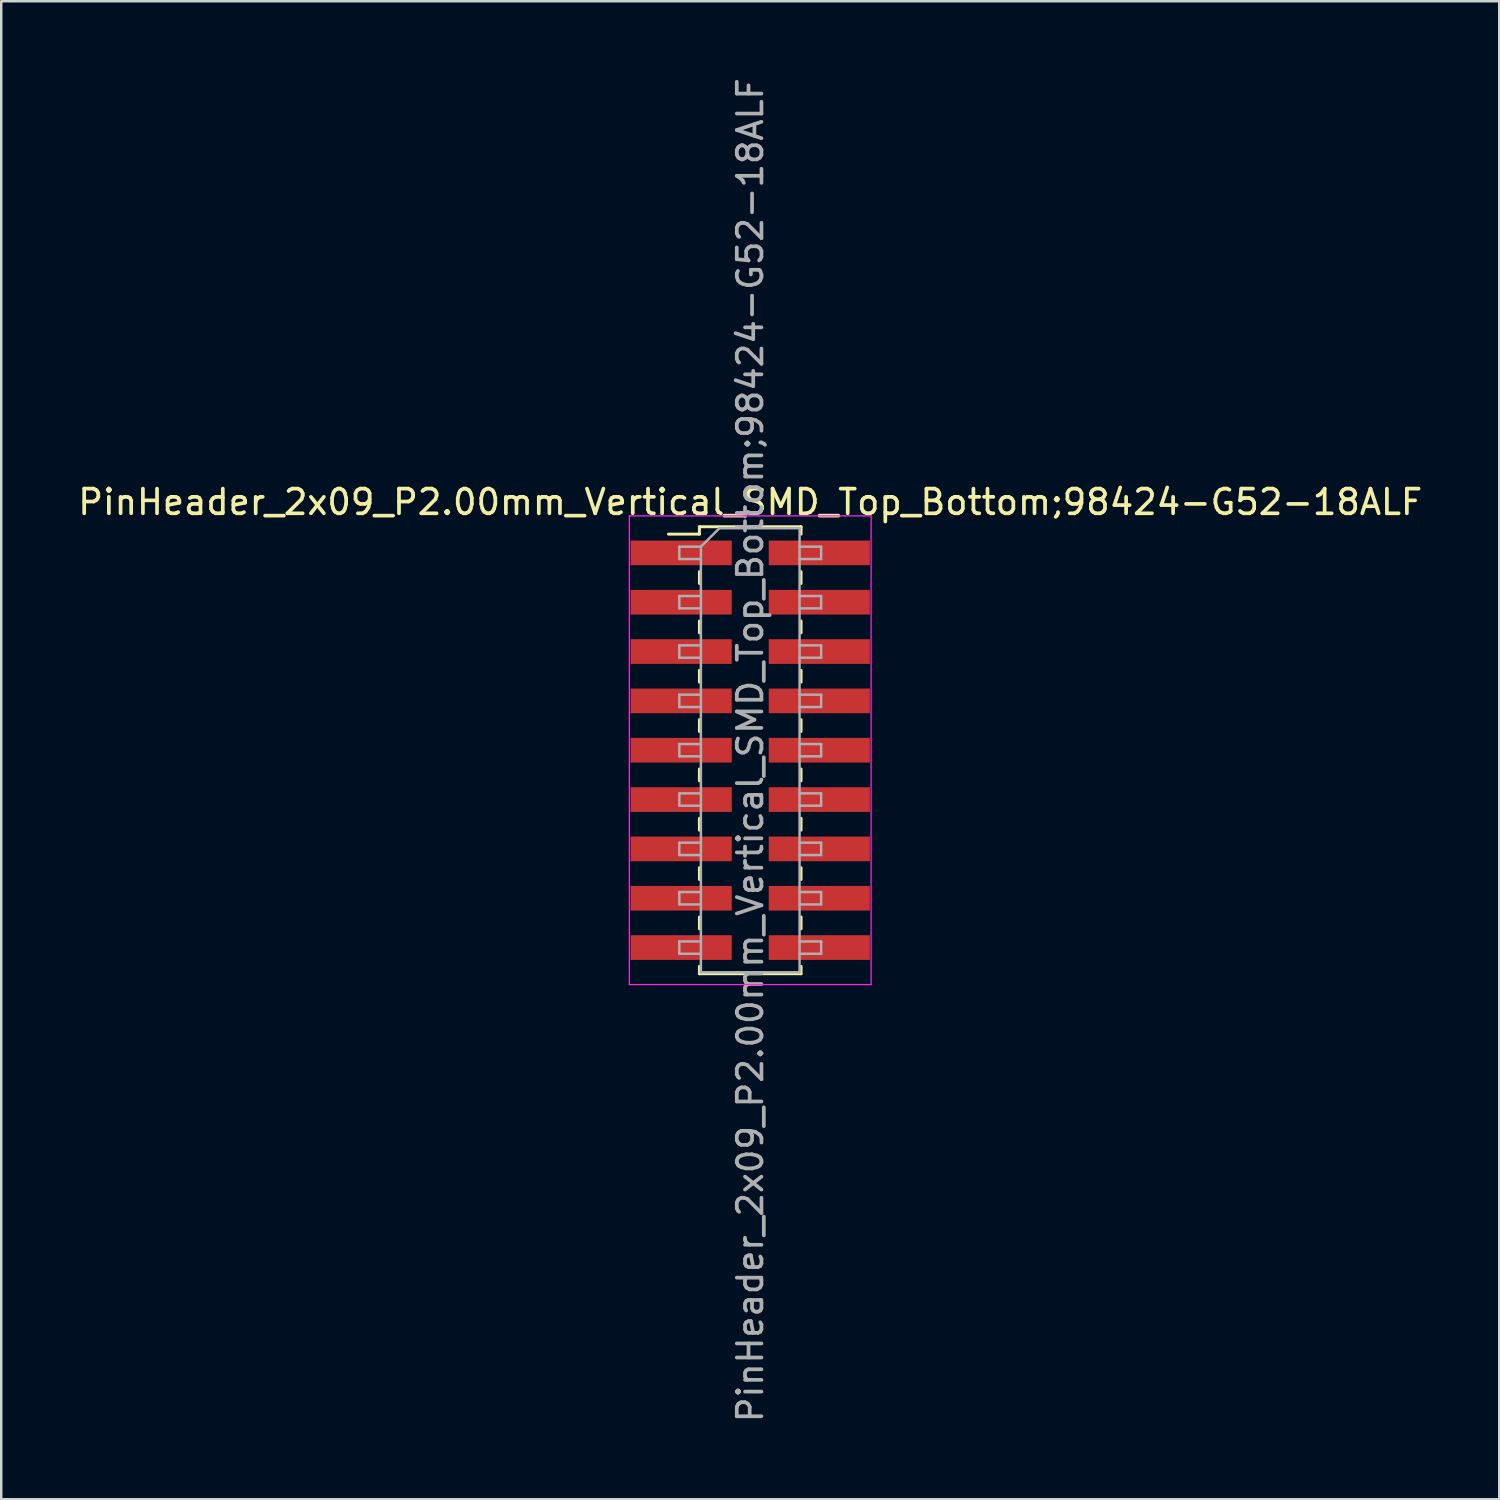
<source format=kicad_pcb>
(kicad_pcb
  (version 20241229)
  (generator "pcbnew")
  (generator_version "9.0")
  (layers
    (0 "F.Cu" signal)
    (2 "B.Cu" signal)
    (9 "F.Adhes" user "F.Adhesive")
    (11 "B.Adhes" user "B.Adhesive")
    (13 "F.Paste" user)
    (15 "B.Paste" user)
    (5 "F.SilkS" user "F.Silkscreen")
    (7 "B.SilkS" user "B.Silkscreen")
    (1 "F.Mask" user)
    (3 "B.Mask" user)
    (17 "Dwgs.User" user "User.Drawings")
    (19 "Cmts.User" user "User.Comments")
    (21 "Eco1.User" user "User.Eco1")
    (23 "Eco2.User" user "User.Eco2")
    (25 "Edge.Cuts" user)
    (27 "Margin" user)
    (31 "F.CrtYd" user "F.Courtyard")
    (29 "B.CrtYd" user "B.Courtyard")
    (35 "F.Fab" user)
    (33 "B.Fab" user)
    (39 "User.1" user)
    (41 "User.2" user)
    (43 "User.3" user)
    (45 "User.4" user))
  (footprint "PinHeader_2x09_P2.00mm_Vertical_SMD_Top_Bottom;98424-G52-18ALF"
    (layer "F.Cu")
    (at 27.363 27.363)
    (property "Reference" "PinHeader_2x09_P2.00mm_Vertical_SMD_Top_Bottom;98424-G52-18ALF" (at 0 -10.06 0) (layer "F.SilkS") (effects (font (size 1 1) (thickness 0.15))))
    (attr smd)
    (fp_line (start -3.315 -8.76) (end -2.06 -8.76) (stroke (width 0.12) (type solid)) (layer "F.SilkS"))
    (fp_line (start -2.06 -9.06) (end -2.06 -8.76) (stroke (width 0.12) (type solid)) (layer "F.SilkS"))
    (fp_line (start -2.06 -9.06) (end 2.06 -9.06) (stroke (width 0.12) (type solid)) (layer "F.SilkS"))
    (fp_line (start -2.06 -7.24) (end -2.06 -6.76) (stroke (width 0.12) (type solid)) (layer "F.SilkS"))
    (fp_line (start -2.06 -5.24) (end -2.06 -4.76) (stroke (width 0.12) (type solid)) (layer "F.SilkS"))
    (fp_line (start -2.06 -3.24) (end -2.06 -2.76) (stroke (width 0.12) (type solid)) (layer "F.SilkS"))
    (fp_line (start -2.06 -1.24) (end -2.06 -0.76) (stroke (width 0.12) (type solid)) (layer "F.SilkS"))
    (fp_line (start -2.06 0.76) (end -2.06 1.24) (stroke (width 0.12) (type solid)) (layer "F.SilkS"))
    (fp_line (start -2.06 2.76) (end -2.06 3.24) (stroke (width 0.12) (type solid)) (layer "F.SilkS"))
    (fp_line (start -2.06 4.76) (end -2.06 5.24) (stroke (width 0.12) (type solid)) (layer "F.SilkS"))
    (fp_line (start -2.06 6.76) (end -2.06 7.24) (stroke (width 0.12) (type solid)) (layer "F.SilkS"))
    (fp_line (start -2.06 8.76) (end -2.06 9.06) (stroke (width 0.12) (type solid)) (layer "F.SilkS"))
    (fp_line (start -2.06 9.06) (end 2.06 9.06) (stroke (width 0.12) (type solid)) (layer "F.SilkS"))
    (fp_line (start 2.06 -9.06) (end 2.06 -8.76) (stroke (width 0.12) (type solid)) (layer "F.SilkS"))
    (fp_line (start 2.06 -7.24) (end 2.06 -6.76) (stroke (width 0.12) (type solid)) (layer "F.SilkS"))
    (fp_line (start 2.06 -5.24) (end 2.06 -4.76) (stroke (width 0.12) (type solid)) (layer "F.SilkS"))
    (fp_line (start 2.06 -3.24) (end 2.06 -2.76) (stroke (width 0.12) (type solid)) (layer "F.SilkS"))
    (fp_line (start 2.06 -1.24) (end 2.06 -0.76) (stroke (width 0.12) (type solid)) (layer "F.SilkS"))
    (fp_line (start 2.06 0.76) (end 2.06 1.24) (stroke (width 0.12) (type solid)) (layer "F.SilkS"))
    (fp_line (start 2.06 2.76) (end 2.06 3.24) (stroke (width 0.12) (type solid)) (layer "F.SilkS"))
    (fp_line (start 2.06 4.76) (end 2.06 5.24) (stroke (width 0.12) (type solid)) (layer "F.SilkS"))
    (fp_line (start 2.06 6.76) (end 2.06 7.24) (stroke (width 0.12) (type solid)) (layer "F.SilkS"))
    (fp_line (start 2.06 8.76) (end 2.06 9.06) (stroke (width 0.12) (type solid)) (layer "F.SilkS"))
    (fp_line (start -4.9 -9.5) (end -4.9 9.5) (stroke (width 0.05) (type solid)) (layer "F.CrtYd"))
    (fp_line (start -4.9 9.5) (end 4.9 9.5) (stroke (width 0.05) (type solid)) (layer "F.CrtYd"))
    (fp_line (start 4.9 -9.5) (end -4.9 -9.5) (stroke (width 0.05) (type solid)) (layer "F.CrtYd"))
    (fp_line (start 4.9 9.5) (end 4.9 -9.5) (stroke (width 0.05) (type solid)) (layer "F.CrtYd"))
    (fp_line (start -2.875 -8.25) (end -2.875 -7.75) (stroke (width 0.1) (type solid)) (layer "F.Fab"))
    (fp_line (start -2.875 -7.75) (end -2 -7.75) (stroke (width 0.1) (type solid)) (layer "F.Fab"))
    (fp_line (start -2.875 -6.25) (end -2.875 -5.75) (stroke (width 0.1) (type solid)) (layer "F.Fab"))
    (fp_line (start -2.875 -5.75) (end -2 -5.75) (stroke (width 0.1) (type solid)) (layer "F.Fab"))
    (fp_line (start -2.875 -4.25) (end -2.875 -3.75) (stroke (width 0.1) (type solid)) (layer "F.Fab"))
    (fp_line (start -2.875 -3.75) (end -2 -3.75) (stroke (width 0.1) (type solid)) (layer "F.Fab"))
    (fp_line (start -2.875 -2.25) (end -2.875 -1.75) (stroke (width 0.1) (type solid)) (layer "F.Fab"))
    (fp_line (start -2.875 -1.75) (end -2 -1.75) (stroke (width 0.1) (type solid)) (layer "F.Fab"))
    (fp_line (start -2.875 -0.25) (end -2.875 0.25) (stroke (width 0.1) (type solid)) (layer "F.Fab"))
    (fp_line (start -2.875 0.25) (end -2 0.25) (stroke (width 0.1) (type solid)) (layer "F.Fab"))
    (fp_line (start -2.875 1.75) (end -2.875 2.25) (stroke (width 0.1) (type solid)) (layer "F.Fab"))
    (fp_line (start -2.875 2.25) (end -2 2.25) (stroke (width 0.1) (type solid)) (layer "F.Fab"))
    (fp_line (start -2.875 3.75) (end -2.875 4.25) (stroke (width 0.1) (type solid)) (layer "F.Fab"))
    (fp_line (start -2.875 4.25) (end -2 4.25) (stroke (width 0.1) (type solid)) (layer "F.Fab"))
    (fp_line (start -2.875 5.75) (end -2.875 6.25) (stroke (width 0.1) (type solid)) (layer "F.Fab"))
    (fp_line (start -2.875 6.25) (end -2 6.25) (stroke (width 0.1) (type solid)) (layer "F.Fab"))
    (fp_line (start -2.875 7.75) (end -2.875 8.25) (stroke (width 0.1) (type solid)) (layer "F.Fab"))
    (fp_line (start -2.875 8.25) (end -2 8.25) (stroke (width 0.1) (type solid)) (layer "F.Fab"))
    (fp_line (start -2 -8.25) (end -2.875 -8.25) (stroke (width 0.1) (type solid)) (layer "F.Fab"))
    (fp_line (start -2 -8.25) (end -1.25 -9) (stroke (width 0.1) (type solid)) (layer "F.Fab"))
    (fp_line (start -2 -6.25) (end -2.875 -6.25) (stroke (width 0.1) (type solid)) (layer "F.Fab"))
    (fp_line (start -2 -4.25) (end -2.875 -4.25) (stroke (width 0.1) (type solid)) (layer "F.Fab"))
    (fp_line (start -2 -2.25) (end -2.875 -2.25) (stroke (width 0.1) (type solid)) (layer "F.Fab"))
    (fp_line (start -2 -0.25) (end -2.875 -0.25) (stroke (width 0.1) (type solid)) (layer "F.Fab"))
    (fp_line (start -2 1.75) (end -2.875 1.75) (stroke (width 0.1) (type solid)) (layer "F.Fab"))
    (fp_line (start -2 3.75) (end -2.875 3.75) (stroke (width 0.1) (type solid)) (layer "F.Fab"))
    (fp_line (start -2 5.75) (end -2.875 5.75) (stroke (width 0.1) (type solid)) (layer "F.Fab"))
    (fp_line (start -2 7.75) (end -2.875 7.75) (stroke (width 0.1) (type solid)) (layer "F.Fab"))
    (fp_line (start -2 9) (end -2 -8.25) (stroke (width 0.1) (type solid)) (layer "F.Fab"))
    (fp_line (start -1.25 -9) (end 2 -9) (stroke (width 0.1) (type solid)) (layer "F.Fab"))
    (fp_line (start 2 -9) (end 2 9) (stroke (width 0.1) (type solid)) (layer "F.Fab"))
    (fp_line (start 2 -8.25) (end 2.875 -8.25) (stroke (width 0.1) (type solid)) (layer "F.Fab"))
    (fp_line (start 2 -6.25) (end 2.875 -6.25) (stroke (width 0.1) (type solid)) (layer "F.Fab"))
    (fp_line (start 2 -4.25) (end 2.875 -4.25) (stroke (width 0.1) (type solid)) (layer "F.Fab"))
    (fp_line (start 2 -2.25) (end 2.875 -2.25) (stroke (width 0.1) (type solid)) (layer "F.Fab"))
    (fp_line (start 2 -0.25) (end 2.875 -0.25) (stroke (width 0.1) (type solid)) (layer "F.Fab"))
    (fp_line (start 2 1.75) (end 2.875 1.75) (stroke (width 0.1) (type solid)) (layer "F.Fab"))
    (fp_line (start 2 3.75) (end 2.875 3.75) (stroke (width 0.1) (type solid)) (layer "F.Fab"))
    (fp_line (start 2 5.75) (end 2.875 5.75) (stroke (width 0.1) (type solid)) (layer "F.Fab"))
    (fp_line (start 2 7.75) (end 2.875 7.75) (stroke (width 0.1) (type solid)) (layer "F.Fab"))
    (fp_line (start 2 9) (end -2 9) (stroke (width 0.1) (type solid)) (layer "F.Fab"))
    (fp_line (start 2.875 -8.25) (end 2.875 -7.75) (stroke (width 0.1) (type solid)) (layer "F.Fab"))
    (fp_line (start 2.875 -7.75) (end 2 -7.75) (stroke (width 0.1) (type solid)) (layer "F.Fab"))
    (fp_line (start 2.875 -6.25) (end 2.875 -5.75) (stroke (width 0.1) (type solid)) (layer "F.Fab"))
    (fp_line (start 2.875 -5.75) (end 2 -5.75) (stroke (width 0.1) (type solid)) (layer "F.Fab"))
    (fp_line (start 2.875 -4.25) (end 2.875 -3.75) (stroke (width 0.1) (type solid)) (layer "F.Fab"))
    (fp_line (start 2.875 -3.75) (end 2 -3.75) (stroke (width 0.1) (type solid)) (layer "F.Fab"))
    (fp_line (start 2.875 -2.25) (end 2.875 -1.75) (stroke (width 0.1) (type solid)) (layer "F.Fab"))
    (fp_line (start 2.875 -1.75) (end 2 -1.75) (stroke (width 0.1) (type solid)) (layer "F.Fab"))
    (fp_line (start 2.875 -0.25) (end 2.875 0.25) (stroke (width 0.1) (type solid)) (layer "F.Fab"))
    (fp_line (start 2.875 0.25) (end 2 0.25) (stroke (width 0.1) (type solid)) (layer "F.Fab"))
    (fp_line (start 2.875 1.75) (end 2.875 2.25) (stroke (width 0.1) (type solid)) (layer "F.Fab"))
    (fp_line (start 2.875 2.25) (end 2 2.25) (stroke (width 0.1) (type solid)) (layer "F.Fab"))
    (fp_line (start 2.875 3.75) (end 2.875 4.25) (stroke (width 0.1) (type solid)) (layer "F.Fab"))
    (fp_line (start 2.875 4.25) (end 2 4.25) (stroke (width 0.1) (type solid)) (layer "F.Fab"))
    (fp_line (start 2.875 5.75) (end 2.875 6.25) (stroke (width 0.1) (type solid)) (layer "F.Fab"))
    (fp_line (start 2.875 6.25) (end 2 6.25) (stroke (width 0.1) (type solid)) (layer "F.Fab"))
    (fp_line (start 2.875 7.75) (end 2.875 8.25) (stroke (width 0.1) (type solid)) (layer "F.Fab"))
    (fp_line (start 2.875 8.25) (end 2 8.25) (stroke (width 0.1) (type solid)) (layer "F.Fab"))
    (fp_text user "${REFERENCE}" (at 0 0 90) (layer "F.Fab") (effects (font (size 1 1) (thickness 0.15))))
    (pad "1" smd rect (at -2.8 -8) (size 4.1 1) (layers "F.Cu" "F.Mask" "F.Paste"))
    (pad "2" smd rect (at -2.8 -6) (size 4.1 1) (layers "F.Cu" "F.Mask" "F.Paste"))
    (pad "3" smd rect (at -2.8 -4) (size 4.1 1) (layers "F.Cu" "F.Mask" "F.Paste"))
    (pad "4" smd rect (at -2.8 -2) (size 4.1 1) (layers "F.Cu" "F.Mask" "F.Paste"))
    (pad "5" smd rect (at -2.8 0) (size 4.1 1) (layers "F.Cu" "F.Mask" "F.Paste"))
    (pad "6" smd rect (at -2.8 2) (size 4.1 1) (layers "F.Cu" "F.Mask" "F.Paste"))
    (pad "7" smd rect (at -2.8 4) (size 4.1 1) (layers "F.Cu" "F.Mask" "F.Paste"))
    (pad "8" smd rect (at -2.8 6) (size 4.1 1) (layers "F.Cu" "F.Mask" "F.Paste"))
    (pad "9" smd rect (at -2.8 8) (size 4.1 1) (layers "F.Cu" "F.Mask" "F.Paste"))
    (pad "10" smd rect (at 2.8 -8) (size 4.1 1) (layers "F.Cu" "F.Mask" "F.Paste"))
    (pad "11" smd rect (at 2.8 -6) (size 4.1 1) (layers "F.Cu" "F.Mask" "F.Paste"))
    (pad "12" smd rect (at 2.8 -4) (size 4.1 1) (layers "F.Cu" "F.Mask" "F.Paste"))
    (pad "13" smd rect (at 2.8 -2) (size 4.1 1) (layers "F.Cu" "F.Mask" "F.Paste"))
    (pad "14" smd rect (at 2.8 0) (size 4.1 1) (layers "F.Cu" "F.Mask" "F.Paste"))
    (pad "15" smd rect (at 2.8 2) (size 4.1 1) (layers "F.Cu" "F.Mask" "F.Paste"))
    (pad "16" smd rect (at 2.8 4) (size 4.1 1) (layers "F.Cu" "F.Mask" "F.Paste"))
    (pad "17" smd rect (at 2.8 6) (size 4.1 1) (layers "F.Cu" "F.Mask" "F.Paste"))
    (pad "18" smd rect (at 2.8 8) (size 4.1 1) (layers "F.Cu" "F.Mask" "F.Paste")))
  (gr_rect
    (start -3 -3)
    (end 57.726 57.726)
    (stroke (width 0.1) (type default))
    (fill no)
    (layer "Edge.Cuts")))
</source>
